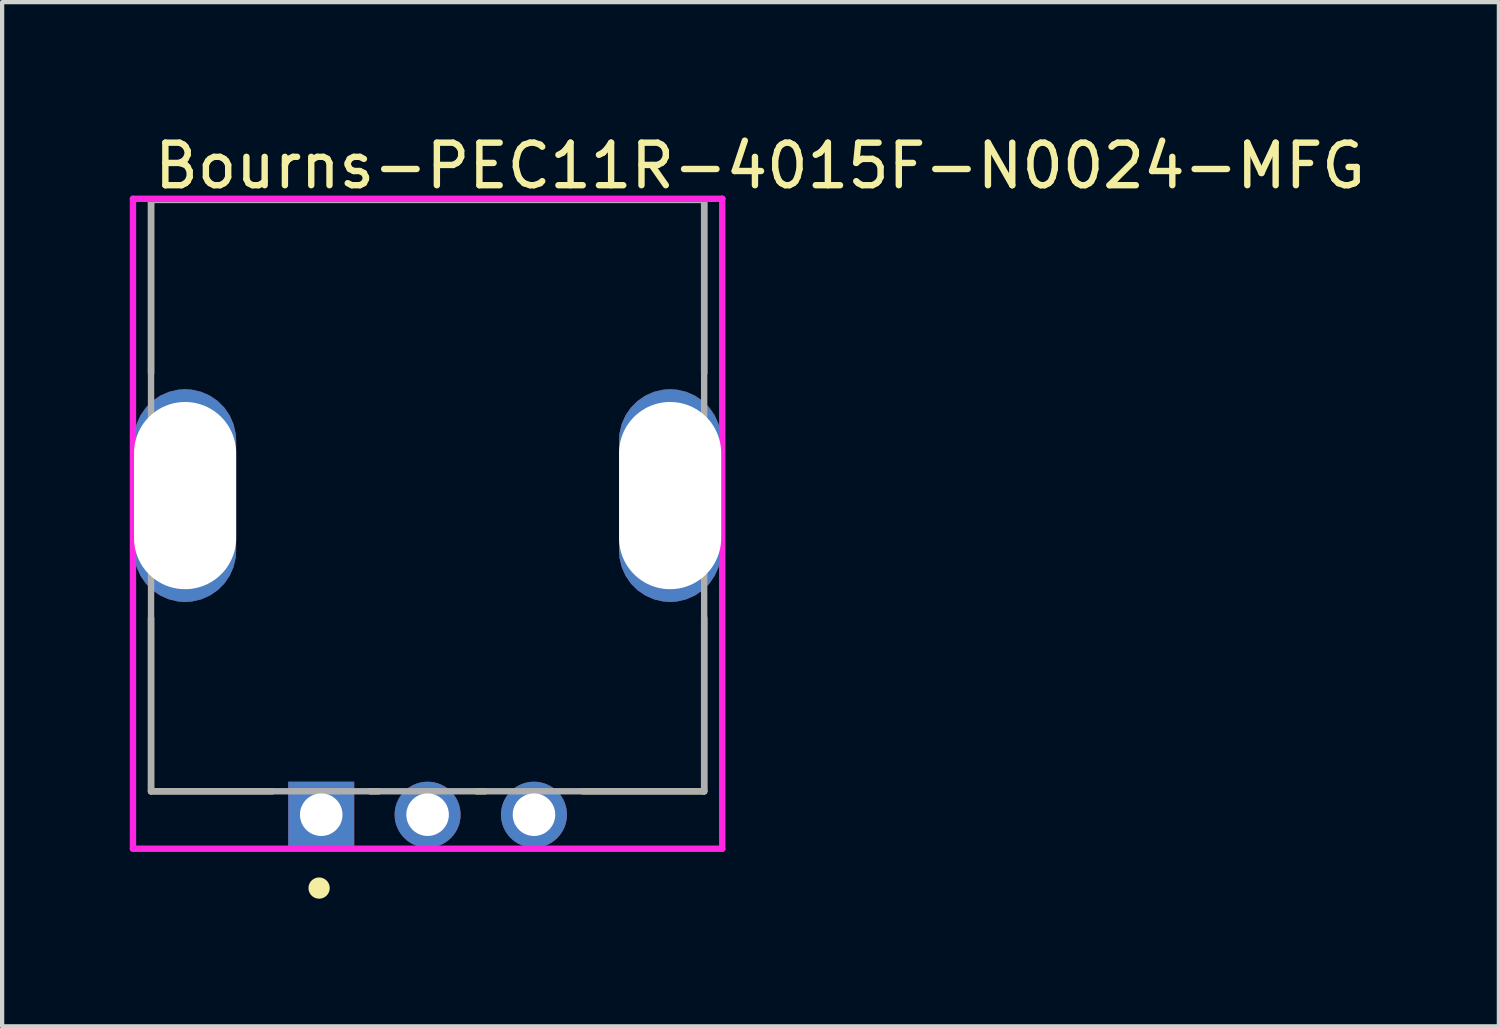
<source format=kicad_pcb>
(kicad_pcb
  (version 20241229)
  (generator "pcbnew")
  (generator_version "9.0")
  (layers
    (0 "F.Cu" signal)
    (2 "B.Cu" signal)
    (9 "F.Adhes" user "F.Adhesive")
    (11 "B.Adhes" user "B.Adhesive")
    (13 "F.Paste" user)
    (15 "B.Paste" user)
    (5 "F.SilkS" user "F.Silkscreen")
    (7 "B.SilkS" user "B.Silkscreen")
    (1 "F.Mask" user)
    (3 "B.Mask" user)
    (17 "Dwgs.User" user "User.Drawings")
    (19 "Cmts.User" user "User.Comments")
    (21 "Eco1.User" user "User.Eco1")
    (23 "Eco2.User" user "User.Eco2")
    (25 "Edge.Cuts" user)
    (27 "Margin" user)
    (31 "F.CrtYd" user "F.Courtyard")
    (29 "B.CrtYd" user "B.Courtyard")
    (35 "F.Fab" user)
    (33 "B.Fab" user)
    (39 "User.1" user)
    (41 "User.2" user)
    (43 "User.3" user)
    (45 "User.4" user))
  (footprint "Bourns-PEC11R-4015F-N0024-MFG"
    (layer "F.Cu")
    (at 7 8.598)
    (property "Reference" "Bourns-PEC11R-4015F-N0024-MFG" (at -6.5 -7.75 0) (layer "F.SilkS") (effects (font (size 1 1) (thickness 0.15)) (justify left)))
    (attr through_hole)
    (fp_line (start -6.5 -6.95) (end 6.5 -6.95) (stroke (width 0.15) (type solid)) (layer "F.SilkS"))
    (fp_line (start -6.5 -2.875) (end -6.5 -6.95) (stroke (width 0.15) (type solid)) (layer "F.SilkS"))
    (fp_line (start -6.5 6.95) (end -6.5 2.875) (stroke (width 0.15) (type solid)) (layer "F.SilkS"))
    (fp_line (start -6.5 6.95) (end -3.65 6.95) (stroke (width 0.15) (type solid)) (layer "F.SilkS"))
    (fp_line (start -1.35 6.95) (end -1.15 6.95) (stroke (width 0.15) (type solid)) (layer "F.SilkS"))
    (fp_line (start 1.15 6.95) (end 1.35 6.95) (stroke (width 0.15) (type solid)) (layer "F.SilkS"))
    (fp_line (start 3.65 6.95) (end 6.5 6.95) (stroke (width 0.15) (type solid)) (layer "F.SilkS"))
    (fp_line (start 6.5 -2.875) (end 6.5 -6.95) (stroke (width 0.15) (type solid)) (layer "F.SilkS"))
    (fp_line (start 6.5 6.95) (end 6.5 2.875) (stroke (width 0.15) (type solid)) (layer "F.SilkS"))
    (fp_circle (center -2.55 9.225) (end -2.425 9.225) (stroke (width 0.25) (type solid)) (fill no) (layer "F.SilkS"))
    (fp_line (start -6.925 -6.975) (end -6.925 8.3) (stroke (width 0.15) (type solid)) (layer "F.CrtYd"))
    (fp_line (start -6.925 8.3) (end 6.925 8.3) (stroke (width 0.15) (type solid)) (layer "F.CrtYd"))
    (fp_line (start 6.925 -6.975) (end -6.925 -6.975) (stroke (width 0.15) (type solid)) (layer "F.CrtYd"))
    (fp_line (start 6.925 -6.975) (end 6.925 -6.975) (stroke (width 0.15) (type solid)) (layer "F.CrtYd"))
    (fp_line (start 6.925 8.3) (end 6.925 -6.975) (stroke (width 0.15) (type solid)) (layer "F.CrtYd"))
    (fp_line (start -6.5 -6.95) (end 6.5 -6.95) (stroke (width 0.15) (type solid)) (layer "F.Fab"))
    (fp_line (start -6.5 6.95) (end -6.5 -6.95) (stroke (width 0.15) (type solid)) (layer "F.Fab"))
    (fp_line (start 6.5 -6.95) (end 6.5 6.95) (stroke (width 0.15) (type solid)) (layer "F.Fab"))
    (fp_line (start 6.5 6.95) (end -6.5 6.95) (stroke (width 0.15) (type solid)) (layer "F.Fab"))
    (pad "1" thru_hole roundrect (at -5.7 0) (size 2.4 5) (drill oval 4.4) (layers "*.Cu") (roundrect_rratio 0.5))
    (pad "2" thru_hole roundrect (at 5.7 0) (size 2.4 5) (drill oval 4.4) (layers "*.Cu") (roundrect_rratio 0.5))
    (pad "A" thru_hole rect (at -2.5 7.5) (size 1.55 1.55) (drill 1) (layers "*.Cu"))
    (pad "B" thru_hole circle (at 2.5 7.5) (size 1.55 1.55) (drill 1) (layers "*.Cu"))
    (pad "C" thru_hole circle (at 0 7.5) (size 1.55 1.55) (drill 1) (layers "*.Cu")))
  (gr_rect
    (start -3 -3)
    (end 32.179 21.073)
    (stroke (width 0.1) (type default))
    (fill no)
    (layer "Edge.Cuts")))
</source>
